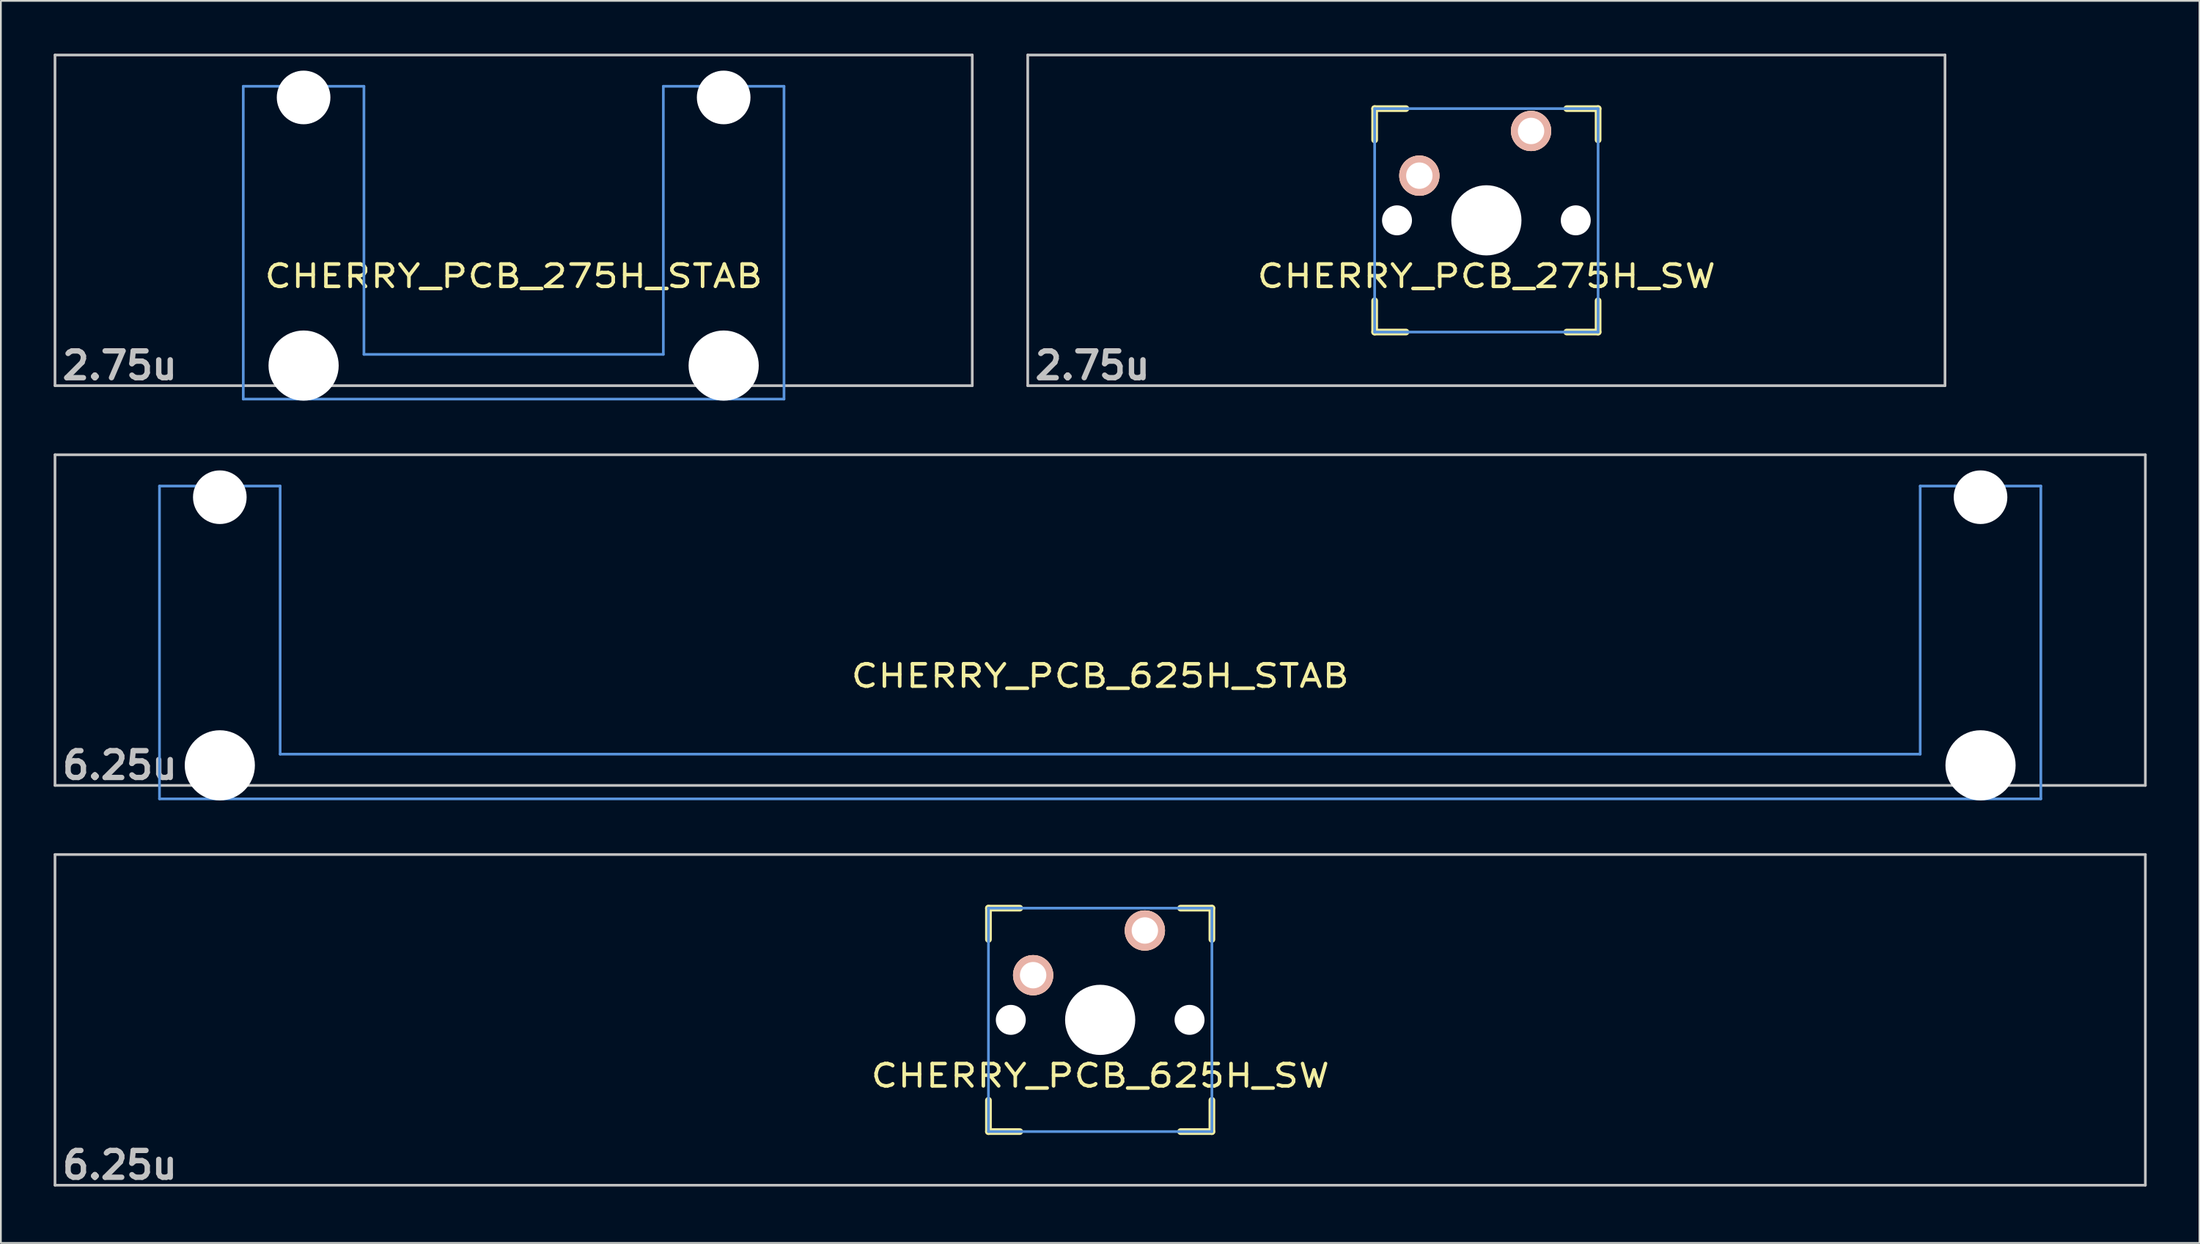
<source format=kicad_pcb>
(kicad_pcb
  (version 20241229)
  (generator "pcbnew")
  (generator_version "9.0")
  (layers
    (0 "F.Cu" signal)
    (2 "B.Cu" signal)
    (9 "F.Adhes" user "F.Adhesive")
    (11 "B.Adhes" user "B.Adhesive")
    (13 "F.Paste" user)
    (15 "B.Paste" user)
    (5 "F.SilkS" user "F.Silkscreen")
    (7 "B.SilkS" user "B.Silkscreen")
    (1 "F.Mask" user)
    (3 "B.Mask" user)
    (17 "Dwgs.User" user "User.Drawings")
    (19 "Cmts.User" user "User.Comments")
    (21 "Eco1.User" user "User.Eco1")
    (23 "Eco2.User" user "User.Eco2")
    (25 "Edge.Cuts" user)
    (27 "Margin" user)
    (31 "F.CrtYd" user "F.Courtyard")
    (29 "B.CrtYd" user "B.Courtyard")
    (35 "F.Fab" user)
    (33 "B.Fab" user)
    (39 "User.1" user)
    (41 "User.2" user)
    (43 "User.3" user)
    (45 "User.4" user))
  (footprint "CHERRY_PCB_625H_STAB"
    (layer "F.Cu")
    (at 59.482 32.197)
    (property "Reference" "CHERRY_PCB_625H_STAB" (at 0 3.175 0) (layer "F.SilkS") (effects (font (size 1.27 1.524) (thickness 0.203))))
    (attr through_hole)
    (fp_line (start -59.406 -9.398) (end 59.406 -9.398) (stroke (width 0.152) (type solid)) (layer "Dwgs.User"))
    (fp_line (start -59.406 9.398) (end -59.406 -9.398) (stroke (width 0.152) (type solid)) (layer "Dwgs.User"))
    (fp_line (start 59.406 -9.398) (end 59.406 9.398) (stroke (width 0.152) (type solid)) (layer "Dwgs.User"))
    (fp_line (start 59.406 9.398) (end -59.406 9.398) (stroke (width 0.152) (type solid)) (layer "Dwgs.User"))
    (fp_line (start -53.467 -7.62) (end -53.467 10.16) (stroke (width 0.152) (type solid)) (layer "Cmts.User"))
    (fp_line (start -53.467 10.16) (end 53.467 10.16) (stroke (width 0.152) (type solid)) (layer "Cmts.User"))
    (fp_line (start -46.609 -7.62) (end -53.467 -7.62) (stroke (width 0.152) (type solid)) (layer "Cmts.User"))
    (fp_line (start -46.609 7.62) (end -46.609 -7.62) (stroke (width 0.152) (type solid)) (layer "Cmts.User"))
    (fp_line (start 46.609 -7.62) (end 46.609 7.62) (stroke (width 0.152) (type solid)) (layer "Cmts.User"))
    (fp_line (start 46.609 7.62) (end -46.609 7.62) (stroke (width 0.152) (type solid)) (layer "Cmts.User"))
    (fp_line (start 53.467 -7.62) (end 46.609 -7.62) (stroke (width 0.152) (type solid)) (layer "Cmts.User"))
    (fp_line (start 53.467 10.16) (end 53.467 -7.62) (stroke (width 0.152) (type solid)) (layer "Cmts.User"))
    (fp_line (start -54.229 -2.286) (end -53.365 -2.286) (stroke (width 0.152) (type solid)) (layer "Eco2.User"))
    (fp_line (start -54.229 0.508) (end -54.229 -2.286) (stroke (width 0.152) (type solid)) (layer "Eco2.User"))
    (fp_line (start -53.365 -5.69) (end -46.711 -5.69) (stroke (width 0.152) (type solid)) (layer "Eco2.User"))
    (fp_line (start -53.365 -2.286) (end -53.365 -5.69) (stroke (width 0.152) (type solid)) (layer "Eco2.User"))
    (fp_line (start -53.365 0.508) (end -54.229 0.508) (stroke (width 0.152) (type solid)) (layer "Eco2.User"))
    (fp_line (start -53.365 6.604) (end -53.365 0.508) (stroke (width 0.152) (type solid)) (layer "Eco2.User"))
    (fp_line (start -52.324 6.604) (end -53.365 6.604) (stroke (width 0.152) (type solid)) (layer "Eco2.User"))
    (fp_line (start -52.324 7.772) (end -52.324 6.604) (stroke (width 0.152) (type solid)) (layer "Eco2.User"))
    (fp_line (start -47.752 6.604) (end -47.752 7.772) (stroke (width 0.152) (type solid)) (layer "Eco2.User"))
    (fp_line (start -47.752 7.772) (end -52.324 7.772) (stroke (width 0.152) (type solid)) (layer "Eco2.User"))
    (fp_line (start -46.711 -5.69) (end -46.711 -2.286) (stroke (width 0.152) (type solid)) (layer "Eco2.User"))
    (fp_line (start -46.711 -2.286) (end -6.985 -2.286) (stroke (width 0.152) (type solid)) (layer "Eco2.User"))
    (fp_line (start -46.711 2.286) (end -46.711 6.604) (stroke (width 0.152) (type solid)) (layer "Eco2.User"))
    (fp_line (start -46.711 6.604) (end -47.752 6.604) (stroke (width 0.152) (type solid)) (layer "Eco2.User"))
    (fp_line (start -6.985 -6.985) (end 6.985 -6.985) (stroke (width 0.152) (type solid)) (layer "Eco2.User"))
    (fp_line (start -6.985 -2.286) (end -6.985 -6.985) (stroke (width 0.152) (type solid)) (layer "Eco2.User"))
    (fp_line (start -6.985 2.286) (end -46.711 2.286) (stroke (width 0.152) (type solid)) (layer "Eco2.User"))
    (fp_line (start -6.985 6.985) (end -6.985 2.286) (stroke (width 0.152) (type solid)) (layer "Eco2.User"))
    (fp_line (start 6.985 -6.985) (end 6.985 -2.286) (stroke (width 0.152) (type solid)) (layer "Eco2.User"))
    (fp_line (start 6.985 -2.286) (end 46.711 -2.286) (stroke (width 0.152) (type solid)) (layer "Eco2.User"))
    (fp_line (start 6.985 2.286) (end 6.985 6.985) (stroke (width 0.152) (type solid)) (layer "Eco2.User"))
    (fp_line (start 6.985 6.985) (end -6.985 6.985) (stroke (width 0.152) (type solid)) (layer "Eco2.User"))
    (fp_line (start 46.711 -5.69) (end 53.365 -5.69) (stroke (width 0.152) (type solid)) (layer "Eco2.User"))
    (fp_line (start 46.711 -2.286) (end 46.711 -5.69) (stroke (width 0.152) (type solid)) (layer "Eco2.User"))
    (fp_line (start 46.711 2.286) (end 6.985 2.286) (stroke (width 0.152) (type solid)) (layer "Eco2.User"))
    (fp_line (start 46.711 6.604) (end 46.711 2.286) (stroke (width 0.152) (type solid)) (layer "Eco2.User"))
    (fp_line (start 47.752 6.604) (end 46.711 6.604) (stroke (width 0.152) (type solid)) (layer "Eco2.User"))
    (fp_line (start 47.752 7.772) (end 47.752 6.604) (stroke (width 0.152) (type solid)) (layer "Eco2.User"))
    (fp_line (start 52.324 6.604) (end 52.324 7.772) (stroke (width 0.152) (type solid)) (layer "Eco2.User"))
    (fp_line (start 52.324 7.772) (end 47.752 7.772) (stroke (width 0.152) (type solid)) (layer "Eco2.User"))
    (fp_line (start 53.365 -5.69) (end 53.365 -2.286) (stroke (width 0.152) (type solid)) (layer "Eco2.User"))
    (fp_line (start 53.365 -2.286) (end 54.229 -2.286) (stroke (width 0.152) (type solid)) (layer "Eco2.User"))
    (fp_line (start 53.365 0.508) (end 53.365 6.604) (stroke (width 0.152) (type solid)) (layer "Eco2.User"))
    (fp_line (start 53.365 6.604) (end 52.324 6.604) (stroke (width 0.152) (type solid)) (layer "Eco2.User"))
    (fp_line (start 54.229 -2.286) (end 54.229 0.508) (stroke (width 0.152) (type solid)) (layer "Eco2.User"))
    (fp_line (start 54.229 0.508) (end 53.365 0.508) (stroke (width 0.152) (type solid)) (layer "Eco2.User"))
    (fp_text user "6.25u" (at -55.723 8.255 0) (layer "Dwgs.User") (effects (font (size 1.524 1.524) (thickness 0.305))))
    (pad "" np_thru_hole circle (at -50.038 -6.985) (size 3.048 3.048) (drill 3.048) (layers "*.Cu"))
    (pad "" np_thru_hole circle (at -50.038 8.255) (size 3.988 3.988) (drill 3.988) (layers "*.Cu"))
    (pad "" np_thru_hole circle (at 50.038 -6.985) (size 3.048 3.048) (drill 3.048) (layers "*.Cu"))
    (pad "" np_thru_hole circle (at 50.038 8.255) (size 3.988 3.988) (drill 3.988) (layers "*.Cu")))
  (footprint "CHERRY_PCB_275H_STAB"
    (layer "F.Cu")
    (at 26.144 9.474)
    (property "Reference" "CHERRY_PCB_275H_STAB" (at 0 3.175 0) (layer "F.SilkS") (effects (font (size 1.27 1.524) (thickness 0.203))))
    (attr through_hole)
    (fp_line (start -26.068 -9.398) (end 26.068 -9.398) (stroke (width 0.152) (type solid)) (layer "Dwgs.User"))
    (fp_line (start -26.068 9.398) (end -26.068 -9.398) (stroke (width 0.152) (type solid)) (layer "Dwgs.User"))
    (fp_line (start 26.068 -9.398) (end 26.068 9.398) (stroke (width 0.152) (type solid)) (layer "Dwgs.User"))
    (fp_line (start 26.068 9.398) (end -26.068 9.398) (stroke (width 0.152) (type solid)) (layer "Dwgs.User"))
    (fp_line (start -15.367 -7.62) (end -15.367 10.16) (stroke (width 0.152) (type solid)) (layer "Cmts.User"))
    (fp_line (start -15.367 10.16) (end 15.367 10.16) (stroke (width 0.152) (type solid)) (layer "Cmts.User"))
    (fp_line (start -8.509 -7.62) (end -15.367 -7.62) (stroke (width 0.152) (type solid)) (layer "Cmts.User"))
    (fp_line (start -8.509 7.62) (end -8.509 -7.62) (stroke (width 0.152) (type solid)) (layer "Cmts.User"))
    (fp_line (start 8.509 -7.62) (end 8.509 7.62) (stroke (width 0.152) (type solid)) (layer "Cmts.User"))
    (fp_line (start 8.509 7.62) (end -8.509 7.62) (stroke (width 0.152) (type solid)) (layer "Cmts.User"))
    (fp_line (start 15.367 -7.62) (end 8.509 -7.62) (stroke (width 0.152) (type solid)) (layer "Cmts.User"))
    (fp_line (start 15.367 10.16) (end 15.367 -7.62) (stroke (width 0.152) (type solid)) (layer "Cmts.User"))
    (fp_line (start -16.129 -2.286) (end -15.265 -2.286) (stroke (width 0.152) (type solid)) (layer "Eco2.User"))
    (fp_line (start -16.129 0.508) (end -16.129 -2.286) (stroke (width 0.152) (type solid)) (layer "Eco2.User"))
    (fp_line (start -15.265 -5.69) (end -8.611 -5.69) (stroke (width 0.152) (type solid)) (layer "Eco2.User"))
    (fp_line (start -15.265 -2.286) (end -15.265 -5.69) (stroke (width 0.152) (type solid)) (layer "Eco2.User"))
    (fp_line (start -15.265 0.508) (end -16.129 0.508) (stroke (width 0.152) (type solid)) (layer "Eco2.User"))
    (fp_line (start -15.265 6.604) (end -15.265 0.508) (stroke (width 0.152) (type solid)) (layer "Eco2.User"))
    (fp_line (start -14.224 6.604) (end -15.265 6.604) (stroke (width 0.152) (type solid)) (layer "Eco2.User"))
    (fp_line (start -14.224 7.772) (end -14.224 6.604) (stroke (width 0.152) (type solid)) (layer "Eco2.User"))
    (fp_line (start -9.652 6.604) (end -9.652 7.772) (stroke (width 0.152) (type solid)) (layer "Eco2.User"))
    (fp_line (start -9.652 7.772) (end -14.224 7.772) (stroke (width 0.152) (type solid)) (layer "Eco2.User"))
    (fp_line (start -8.611 -5.69) (end -8.611 -4.877) (stroke (width 0.152) (type solid)) (layer "Eco2.User"))
    (fp_line (start -8.611 -4.877) (end -6.985 -4.877) (stroke (width 0.152) (type solid)) (layer "Eco2.User"))
    (fp_line (start -8.611 5.817) (end -8.611 6.604) (stroke (width 0.152) (type solid)) (layer "Eco2.User"))
    (fp_line (start -8.611 6.604) (end -9.652 6.604) (stroke (width 0.152) (type solid)) (layer "Eco2.User"))
    (fp_line (start -6.985 -6.985) (end 6.985 -6.985) (stroke (width 0.152) (type solid)) (layer "Eco2.User"))
    (fp_line (start -6.985 -4.877) (end -6.985 -6.985) (stroke (width 0.152) (type solid)) (layer "Eco2.User"))
    (fp_line (start -6.985 5.817) (end -8.611 5.817) (stroke (width 0.152) (type solid)) (layer "Eco2.User"))
    (fp_line (start -6.985 6.985) (end -6.985 5.817) (stroke (width 0.152) (type solid)) (layer "Eco2.User"))
    (fp_line (start 6.985 -6.985) (end 6.985 -4.877) (stroke (width 0.152) (type solid)) (layer "Eco2.User"))
    (fp_line (start 6.985 -4.877) (end 8.611 -4.877) (stroke (width 0.152) (type solid)) (layer "Eco2.User"))
    (fp_line (start 6.985 5.817) (end 6.985 6.985) (stroke (width 0.152) (type solid)) (layer "Eco2.User"))
    (fp_line (start 6.985 6.985) (end -6.985 6.985) (stroke (width 0.152) (type solid)) (layer "Eco2.User"))
    (fp_line (start 8.611 -5.69) (end 15.265 -5.69) (stroke (width 0.152) (type solid)) (layer "Eco2.User"))
    (fp_line (start 8.611 -4.877) (end 8.611 -5.69) (stroke (width 0.152) (type solid)) (layer "Eco2.User"))
    (fp_line (start 8.611 5.817) (end 6.985 5.817) (stroke (width 0.152) (type solid)) (layer "Eco2.User"))
    (fp_line (start 8.611 6.604) (end 8.611 5.817) (stroke (width 0.152) (type solid)) (layer "Eco2.User"))
    (fp_line (start 9.652 6.604) (end 8.611 6.604) (stroke (width 0.152) (type solid)) (layer "Eco2.User"))
    (fp_line (start 9.652 7.772) (end 9.652 6.604) (stroke (width 0.152) (type solid)) (layer "Eco2.User"))
    (fp_line (start 14.224 6.604) (end 14.224 7.772) (stroke (width 0.152) (type solid)) (layer "Eco2.User"))
    (fp_line (start 14.224 7.772) (end 9.652 7.772) (stroke (width 0.152) (type solid)) (layer "Eco2.User"))
    (fp_line (start 15.265 -5.69) (end 15.265 -2.286) (stroke (width 0.152) (type solid)) (layer "Eco2.User"))
    (fp_line (start 15.265 -2.286) (end 16.129 -2.286) (stroke (width 0.152) (type solid)) (layer "Eco2.User"))
    (fp_line (start 15.265 0.508) (end 15.265 6.604) (stroke (width 0.152) (type solid)) (layer "Eco2.User"))
    (fp_line (start 15.265 6.604) (end 14.224 6.604) (stroke (width 0.152) (type solid)) (layer "Eco2.User"))
    (fp_line (start 16.129 -2.286) (end 16.129 0.508) (stroke (width 0.152) (type solid)) (layer "Eco2.User"))
    (fp_line (start 16.129 0.508) (end 15.265 0.508) (stroke (width 0.152) (type solid)) (layer "Eco2.User"))
    (fp_text user "2.75u" (at -22.385 8.255 0) (layer "Dwgs.User") (effects (font (size 1.524 1.524) (thickness 0.305))))
    (pad "" np_thru_hole circle (at -11.938 -6.985) (size 3.048 3.048) (drill 3.048) (layers "*.Cu"))
    (pad "" np_thru_hole circle (at -11.938 8.255) (size 3.988 3.988) (drill 3.988) (layers "*.Cu"))
    (pad "" np_thru_hole circle (at 11.938 -6.985) (size 3.048 3.048) (drill 3.048) (layers "*.Cu"))
    (pad "" np_thru_hole circle (at 11.938 8.255) (size 3.988 3.988) (drill 3.988) (layers "*.Cu")))
  (footprint "CHERRY_PCB_275H_SW"
    (layer "F.Cu")
    (at 81.433 9.474)
    (property "Reference" "CHERRY_PCB_275H_SW" (at 0 3.175 0) (layer "F.SilkS") (effects (font (size 1.27 1.524) (thickness 0.203))))
    (attr through_hole)
    (fp_line (start -6.35 -6.35) (end -4.572 -6.35) (stroke (width 0.381) (type solid)) (layer "F.SilkS"))
    (fp_line (start -6.35 -4.572) (end -6.35 -6.35) (stroke (width 0.381) (type solid)) (layer "F.SilkS"))
    (fp_line (start -6.35 6.35) (end -6.35 4.572) (stroke (width 0.381) (type solid)) (layer "F.SilkS"))
    (fp_line (start -4.572 6.35) (end -6.35 6.35) (stroke (width 0.381) (type solid)) (layer "F.SilkS"))
    (fp_line (start 4.572 -6.35) (end 6.35 -6.35) (stroke (width 0.381) (type solid)) (layer "F.SilkS"))
    (fp_line (start 6.35 -6.35) (end 6.35 -4.572) (stroke (width 0.381) (type solid)) (layer "F.SilkS"))
    (fp_line (start 6.35 4.572) (end 6.35 6.35) (stroke (width 0.381) (type solid)) (layer "F.SilkS"))
    (fp_line (start 6.35 6.35) (end 4.572 6.35) (stroke (width 0.381) (type solid)) (layer "F.SilkS"))
    (fp_line (start -26.068 -9.398) (end 26.068 -9.398) (stroke (width 0.152) (type solid)) (layer "Dwgs.User"))
    (fp_line (start -26.068 9.398) (end -26.068 -9.398) (stroke (width 0.152) (type solid)) (layer "Dwgs.User"))
    (fp_line (start 26.068 -9.398) (end 26.068 9.398) (stroke (width 0.152) (type solid)) (layer "Dwgs.User"))
    (fp_line (start 26.068 9.398) (end -26.068 9.398) (stroke (width 0.152) (type solid)) (layer "Dwgs.User"))
    (fp_line (start -6.35 -6.35) (end 6.35 -6.35) (stroke (width 0.152) (type solid)) (layer "Cmts.User"))
    (fp_line (start -6.35 6.35) (end -6.35 -6.35) (stroke (width 0.152) (type solid)) (layer "Cmts.User"))
    (fp_line (start 6.35 -6.35) (end 6.35 6.35) (stroke (width 0.152) (type solid)) (layer "Cmts.User"))
    (fp_line (start 6.35 6.35) (end -6.35 6.35) (stroke (width 0.152) (type solid)) (layer "Cmts.User"))
    (fp_line (start -6.985 -6.985) (end 6.985 -6.985) (stroke (width 0.152) (type solid)) (layer "Eco2.User"))
    (fp_line (start -6.985 -4.877) (end -6.985 -6.985) (stroke (width 0.152) (type solid)) (layer "Eco2.User"))
    (fp_line (start -6.985 6.985) (end -6.985 5.817) (stroke (width 0.152) (type solid)) (layer "Eco2.User"))
    (fp_line (start 6.985 -6.985) (end 6.985 -4.877) (stroke (width 0.152) (type solid)) (layer "Eco2.User"))
    (fp_line (start 6.985 5.817) (end 6.985 6.985) (stroke (width 0.152) (type solid)) (layer "Eco2.User"))
    (fp_line (start 6.985 6.985) (end -6.985 6.985) (stroke (width 0.152) (type solid)) (layer "Eco2.User"))
    (fp_text user "2.75u" (at -22.385 8.255 0) (layer "Dwgs.User") (effects (font (size 1.524 1.524) (thickness 0.305))))
    (pad "" np_thru_hole circle (at -5.08 0) (size 1.702 1.702) (drill 1.702) (layers "*.Cu"))
    (pad "" np_thru_hole circle (at 0 0) (size 3.988 3.988) (drill 3.988) (layers "*.Cu"))
    (pad "" np_thru_hole circle (at 5.08 0) (size 1.702 1.702) (drill 1.702) (layers "*.Cu"))
    (pad "1" thru_hole circle (at 2.54 -5.08) (size 2.286 2.286) (drill 1.499) (layers "*.Cu" "*.SilkS" "*.Mask"))
    (pad "2" thru_hole circle (at -3.81 -2.54) (size 2.286 2.286) (drill 1.499) (layers "*.Cu" "*.SilkS" "*.Mask")))
  (footprint "CHERRY_PCB_625H_SW"
    (layer "F.Cu")
    (at 59.482 54.92)
    (property "Reference" "CHERRY_PCB_625H_SW" (at 0 3.175 0) (layer "F.SilkS") (effects (font (size 1.27 1.524) (thickness 0.203))))
    (attr through_hole)
    (fp_line (start -6.35 -6.35) (end -4.572 -6.35) (stroke (width 0.381) (type solid)) (layer "F.SilkS"))
    (fp_line (start -6.35 -4.572) (end -6.35 -6.35) (stroke (width 0.381) (type solid)) (layer "F.SilkS"))
    (fp_line (start -6.35 6.35) (end -6.35 4.572) (stroke (width 0.381) (type solid)) (layer "F.SilkS"))
    (fp_line (start -4.572 6.35) (end -6.35 6.35) (stroke (width 0.381) (type solid)) (layer "F.SilkS"))
    (fp_line (start 4.572 -6.35) (end 6.35 -6.35) (stroke (width 0.381) (type solid)) (layer "F.SilkS"))
    (fp_line (start 6.35 -6.35) (end 6.35 -4.572) (stroke (width 0.381) (type solid)) (layer "F.SilkS"))
    (fp_line (start 6.35 4.572) (end 6.35 6.35) (stroke (width 0.381) (type solid)) (layer "F.SilkS"))
    (fp_line (start 6.35 6.35) (end 4.572 6.35) (stroke (width 0.381) (type solid)) (layer "F.SilkS"))
    (fp_line (start -59.406 -9.398) (end 59.406 -9.398) (stroke (width 0.152) (type solid)) (layer "Dwgs.User"))
    (fp_line (start -59.406 9.398) (end -59.406 -9.398) (stroke (width 0.152) (type solid)) (layer "Dwgs.User"))
    (fp_line (start 59.406 -9.398) (end 59.406 9.398) (stroke (width 0.152) (type solid)) (layer "Dwgs.User"))
    (fp_line (start 59.406 9.398) (end -59.406 9.398) (stroke (width 0.152) (type solid)) (layer "Dwgs.User"))
    (fp_line (start -6.35 -6.35) (end 6.35 -6.35) (stroke (width 0.152) (type solid)) (layer "Cmts.User"))
    (fp_line (start -6.35 6.35) (end -6.35 -6.35) (stroke (width 0.152) (type solid)) (layer "Cmts.User"))
    (fp_line (start 6.35 -6.35) (end 6.35 6.35) (stroke (width 0.152) (type solid)) (layer "Cmts.User"))
    (fp_line (start 6.35 6.35) (end -6.35 6.35) (stroke (width 0.152) (type solid)) (layer "Cmts.User"))
    (fp_line (start -6.985 -6.985) (end 6.985 -6.985) (stroke (width 0.152) (type solid)) (layer "Eco2.User"))
    (fp_line (start -6.985 -2.286) (end -6.985 -6.985) (stroke (width 0.152) (type solid)) (layer "Eco2.User"))
    (fp_line (start -6.985 6.985) (end -6.985 2.286) (stroke (width 0.152) (type solid)) (layer "Eco2.User"))
    (fp_line (start 6.985 -6.985) (end 6.985 -2.286) (stroke (width 0.152) (type solid)) (layer "Eco2.User"))
    (fp_line (start 6.985 2.286) (end 6.985 6.985) (stroke (width 0.152) (type solid)) (layer "Eco2.User"))
    (fp_line (start 6.985 6.985) (end -6.985 6.985) (stroke (width 0.152) (type solid)) (layer "Eco2.User"))
    (fp_text user "6.25u" (at -55.723 8.255 0) (layer "Dwgs.User") (effects (font (size 1.524 1.524) (thickness 0.305))))
    (pad "" np_thru_hole circle (at -5.08 0) (size 1.702 1.702) (drill 1.702) (layers "*.Cu"))
    (pad "" np_thru_hole circle (at 0 0) (size 3.988 3.988) (drill 3.988) (layers "*.Cu"))
    (pad "" np_thru_hole circle (at 5.08 0) (size 1.702 1.702) (drill 1.702) (layers "*.Cu"))
    (pad "1" thru_hole circle (at 2.54 -5.08) (size 2.286 2.286) (drill 1.499) (layers "*.Cu" "*.SilkS" "*.Mask"))
    (pad "2" thru_hole circle (at -3.81 -2.54) (size 2.286 2.286) (drill 1.499) (layers "*.Cu" "*.SilkS" "*.Mask")))
  (gr_rect
    (start -3 -3)
    (end 121.963 67.602)
    (stroke (width 0.1) (type default))
    (fill no)
    (layer "Edge.Cuts")))
</source>
